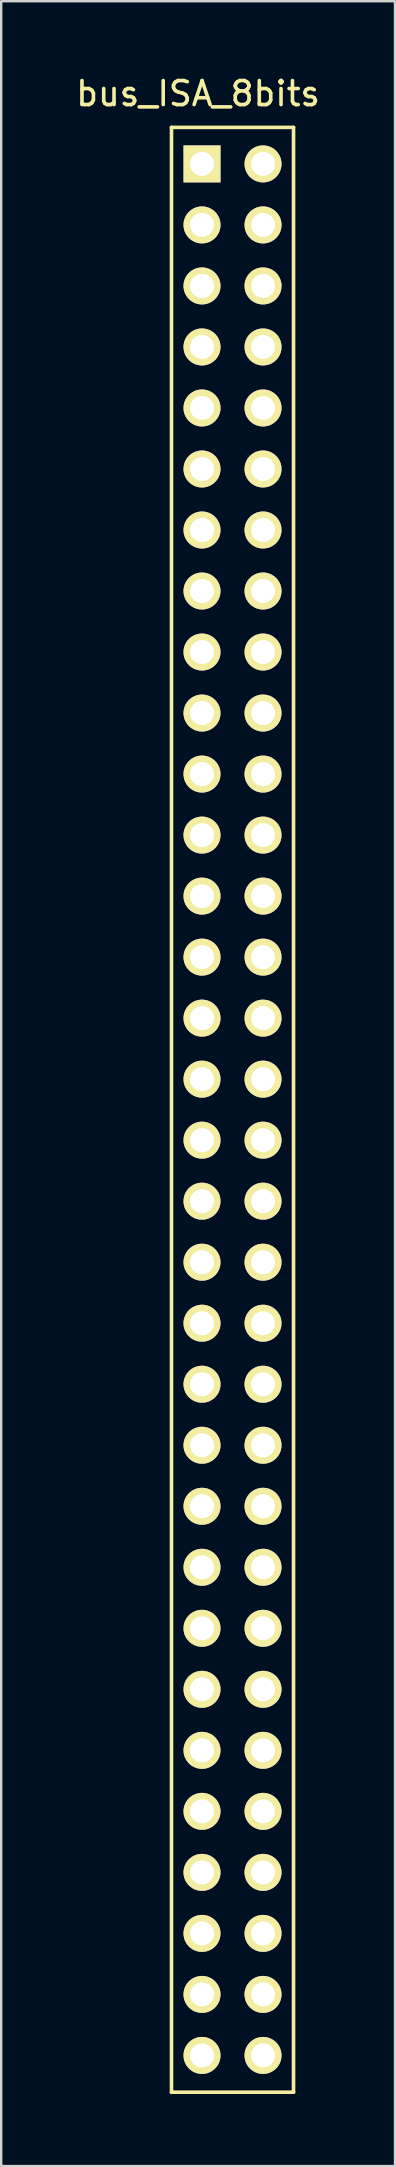
<source format=kicad_pcb>
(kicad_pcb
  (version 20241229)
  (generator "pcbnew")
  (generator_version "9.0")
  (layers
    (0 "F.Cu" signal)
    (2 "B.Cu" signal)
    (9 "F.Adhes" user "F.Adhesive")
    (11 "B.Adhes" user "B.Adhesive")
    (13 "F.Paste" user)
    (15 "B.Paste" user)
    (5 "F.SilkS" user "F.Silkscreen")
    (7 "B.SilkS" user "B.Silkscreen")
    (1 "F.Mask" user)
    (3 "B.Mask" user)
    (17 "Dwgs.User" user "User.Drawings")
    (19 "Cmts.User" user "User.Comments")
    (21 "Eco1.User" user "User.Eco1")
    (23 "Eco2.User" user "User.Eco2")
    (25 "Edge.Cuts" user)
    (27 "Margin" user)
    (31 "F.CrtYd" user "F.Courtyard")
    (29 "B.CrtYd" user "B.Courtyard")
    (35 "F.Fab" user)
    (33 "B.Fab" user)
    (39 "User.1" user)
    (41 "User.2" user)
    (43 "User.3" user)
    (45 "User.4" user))
  (footprint "bus_ISA_8bits"
    (layer "F.Cu")
    (at 6.629 2.253)
    (property "Reference" "bus_ISA_8bits" (at -1.433 -1.405 180) (layer "F.SilkS") (effects (font (size 1 1) (thickness 0.15))))
    (attr through_hole)
    (fp_line (start -2.54 0) (end -2.54 81.79) (stroke (width 0.15) (type solid)) (layer "F.SilkS"))
    (fp_line (start -2.54 0) (end 2.54 0) (stroke (width 0.15) (type solid)) (layer "F.SilkS"))
    (fp_line (start -2.54 81.791) (end 2.54 81.79) (stroke (width 0.15) (type solid)) (layer "F.SilkS"))
    (fp_line (start 2.54 0) (end 2.54 81.79) (stroke (width 0.15) (type solid)) (layer "F.SilkS"))
    (pad "1" thru_hole rect (at -1.27 1.52) (size 1.54 1.54) (drill 1) (layers "*.Cu" "*.Mask" "F.SilkS"))
    (pad "2" thru_hole circle (at 1.27 1.52) (size 1.54 1.54) (drill 1) (layers "*.Cu" "*.Mask" "F.SilkS"))
    (pad "3" thru_hole circle (at -1.27 4.06) (size 1.54 1.54) (drill 1) (layers "*.Cu" "*.Mask" "F.SilkS"))
    (pad "4" thru_hole circle (at 1.27 4.06) (size 1.54 1.54) (drill 1) (layers "*.Cu" "*.Mask" "F.SilkS"))
    (pad "5" thru_hole circle (at -1.27 6.6) (size 1.54 1.54) (drill 1) (layers "*.Cu" "*.Mask" "F.SilkS"))
    (pad "6" thru_hole circle (at 1.27 6.6) (size 1.54 1.54) (drill 1) (layers "*.Cu" "*.Mask" "F.SilkS"))
    (pad "7" thru_hole circle (at -1.27 9.14) (size 1.54 1.54) (drill 1) (layers "*.Cu" "*.Mask" "F.SilkS"))
    (pad "8" thru_hole circle (at 1.27 9.14) (size 1.54 1.54) (drill 1) (layers "*.Cu" "*.Mask" "F.SilkS"))
    (pad "9" thru_hole circle (at -1.27 11.68) (size 1.54 1.54) (drill 1) (layers "*.Cu" "*.Mask" "F.SilkS"))
    (pad "10" thru_hole circle (at 1.27 11.68) (size 1.54 1.54) (drill 1) (layers "*.Cu" "*.Mask" "F.SilkS"))
    (pad "11" thru_hole circle (at -1.27 14.22) (size 1.54 1.54) (drill 1) (layers "*.Cu" "*.Mask" "F.SilkS"))
    (pad "12" thru_hole circle (at 1.27 14.22) (size 1.54 1.54) (drill 1) (layers "*.Cu" "*.Mask" "F.SilkS"))
    (pad "13" thru_hole circle (at -1.27 16.76) (size 1.54 1.54) (drill 1) (layers "*.Cu" "*.Mask" "F.SilkS"))
    (pad "14" thru_hole circle (at 1.27 16.76) (size 1.54 1.54) (drill 1) (layers "*.Cu" "*.Mask" "F.SilkS"))
    (pad "15" thru_hole circle (at -1.27 19.3) (size 1.54 1.54) (drill 1) (layers "*.Cu" "*.Mask" "F.SilkS"))
    (pad "16" thru_hole circle (at 1.27 19.3) (size 1.54 1.54) (drill 1) (layers "*.Cu" "*.Mask" "F.SilkS"))
    (pad "17" thru_hole circle (at -1.27 21.84) (size 1.54 1.54) (drill 1) (layers "*.Cu" "*.Mask" "F.SilkS"))
    (pad "18" thru_hole circle (at 1.27 21.84) (size 1.54 1.54) (drill 1) (layers "*.Cu" "*.Mask" "F.SilkS"))
    (pad "19" thru_hole circle (at -1.27 24.38) (size 1.54 1.54) (drill 1) (layers "*.Cu" "*.Mask" "F.SilkS"))
    (pad "20" thru_hole circle (at 1.27 24.38) (size 1.54 1.54) (drill 1) (layers "*.Cu" "*.Mask" "F.SilkS"))
    (pad "21" thru_hole circle (at -1.27 26.92) (size 1.54 1.54) (drill 1) (layers "*.Cu" "*.Mask" "F.SilkS"))
    (pad "22" thru_hole circle (at 1.27 26.92) (size 1.54 1.54) (drill 1) (layers "*.Cu" "*.Mask" "F.SilkS"))
    (pad "23" thru_hole circle (at -1.27 29.46) (size 1.54 1.54) (drill 1) (layers "*.Cu" "*.Mask" "F.SilkS"))
    (pad "24" thru_hole circle (at 1.27 29.46) (size 1.54 1.54) (drill 1) (layers "*.Cu" "*.Mask" "F.SilkS"))
    (pad "25" thru_hole circle (at -1.27 32) (size 1.54 1.54) (drill 1) (layers "*.Cu" "*.Mask" "F.SilkS"))
    (pad "26" thru_hole circle (at 1.27 32) (size 1.54 1.54) (drill 1) (layers "*.Cu" "*.Mask" "F.SilkS"))
    (pad "27" thru_hole circle (at -1.27 34.54) (size 1.54 1.54) (drill 1) (layers "*.Cu" "*.Mask" "F.SilkS"))
    (pad "28" thru_hole circle (at 1.27 34.54) (size 1.54 1.54) (drill 1) (layers "*.Cu" "*.Mask" "F.SilkS"))
    (pad "29" thru_hole circle (at -1.27 37.08) (size 1.54 1.54) (drill 1) (layers "*.Cu" "*.Mask" "F.SilkS"))
    (pad "30" thru_hole circle (at 1.27 37.08) (size 1.54 1.54) (drill 1) (layers "*.Cu" "*.Mask" "F.SilkS"))
    (pad "31" thru_hole circle (at -1.27 39.62) (size 1.54 1.54) (drill 1) (layers "*.Cu" "*.Mask" "F.SilkS"))
    (pad "32" thru_hole circle (at 1.27 39.62) (size 1.54 1.54) (drill 1) (layers "*.Cu" "*.Mask" "F.SilkS"))
    (pad "33" thru_hole circle (at -1.27 42.16) (size 1.54 1.54) (drill 1) (layers "*.Cu" "*.Mask" "F.SilkS"))
    (pad "34" thru_hole circle (at 1.27 42.16) (size 1.54 1.54) (drill 1) (layers "*.Cu" "*.Mask" "F.SilkS"))
    (pad "35" thru_hole circle (at -1.27 44.7) (size 1.54 1.54) (drill 1) (layers "*.Cu" "*.Mask" "F.SilkS"))
    (pad "36" thru_hole circle (at 1.27 44.7) (size 1.54 1.54) (drill 1) (layers "*.Cu" "*.Mask" "F.SilkS"))
    (pad "37" thru_hole circle (at -1.27 47.24) (size 1.54 1.54) (drill 1) (layers "*.Cu" "*.Mask" "F.SilkS"))
    (pad "38" thru_hole circle (at 1.27 47.24) (size 1.54 1.54) (drill 1) (layers "*.Cu" "*.Mask" "F.SilkS"))
    (pad "39" thru_hole circle (at -1.27 49.78) (size 1.54 1.54) (drill 1) (layers "*.Cu" "*.Mask" "F.SilkS"))
    (pad "40" thru_hole circle (at 1.27 49.78) (size 1.54 1.54) (drill 1) (layers "*.Cu" "*.Mask" "F.SilkS"))
    (pad "41" thru_hole circle (at -1.27 52.32) (size 1.54 1.54) (drill 1) (layers "*.Cu" "*.Mask" "F.SilkS"))
    (pad "42" thru_hole circle (at 1.27 52.32) (size 1.54 1.54) (drill 1) (layers "*.Cu" "*.Mask" "F.SilkS"))
    (pad "43" thru_hole circle (at -1.27 54.86) (size 1.54 1.54) (drill 1) (layers "*.Cu" "*.Mask" "F.SilkS"))
    (pad "44" thru_hole circle (at 1.27 54.86) (size 1.54 1.54) (drill 1) (layers "*.Cu" "*.Mask" "F.SilkS"))
    (pad "45" thru_hole circle (at -1.27 57.4) (size 1.54 1.54) (drill 1) (layers "*.Cu" "*.Mask" "F.SilkS"))
    (pad "46" thru_hole circle (at 1.27 57.4) (size 1.54 1.54) (drill 1) (layers "*.Cu" "*.Mask" "F.SilkS"))
    (pad "47" thru_hole circle (at -1.27 59.94) (size 1.54 1.54) (drill 1) (layers "*.Cu" "*.Mask" "F.SilkS"))
    (pad "48" thru_hole circle (at 1.27 59.94) (size 1.54 1.54) (drill 1) (layers "*.Cu" "*.Mask" "F.SilkS"))
    (pad "49" thru_hole circle (at -1.27 62.48) (size 1.54 1.54) (drill 1) (layers "*.Cu" "*.Mask" "F.SilkS"))
    (pad "50" thru_hole circle (at 1.27 62.48) (size 1.54 1.54) (drill 1) (layers "*.Cu" "*.Mask" "F.SilkS"))
    (pad "51" thru_hole circle (at -1.27 65.02) (size 1.54 1.54) (drill 1) (layers "*.Cu" "*.Mask" "F.SilkS"))
    (pad "52" thru_hole circle (at 1.27 65.02) (size 1.54 1.54) (drill 1) (layers "*.Cu" "*.Mask" "F.SilkS"))
    (pad "53" thru_hole circle (at -1.27 67.56) (size 1.54 1.54) (drill 1) (layers "*.Cu" "*.Mask" "F.SilkS"))
    (pad "54" thru_hole circle (at 1.27 67.56) (size 1.54 1.54) (drill 1) (layers "*.Cu" "*.Mask" "F.SilkS"))
    (pad "55" thru_hole circle (at -1.27 70.1) (size 1.54 1.54) (drill 1) (layers "*.Cu" "*.Mask" "F.SilkS"))
    (pad "56" thru_hole circle (at 1.27 70.1) (size 1.54 1.54) (drill 1) (layers "*.Cu" "*.Mask" "F.SilkS"))
    (pad "57" thru_hole circle (at -1.27 72.64) (size 1.54 1.54) (drill 1) (layers "*.Cu" "*.Mask" "F.SilkS"))
    (pad "58" thru_hole circle (at 1.27 72.64) (size 1.54 1.54) (drill 1) (layers "*.Cu" "*.Mask" "F.SilkS"))
    (pad "59" thru_hole circle (at -1.27 75.18) (size 1.54 1.54) (drill 1) (layers "*.Cu" "*.Mask" "F.SilkS"))
    (pad "60" thru_hole circle (at 1.27 75.18) (size 1.54 1.54) (drill 1) (layers "*.Cu" "*.Mask" "F.SilkS"))
    (pad "61" thru_hole circle (at -1.27 77.72) (size 1.54 1.54) (drill 1) (layers "*.Cu" "*.Mask" "F.SilkS"))
    (pad "62" thru_hole circle (at 1.27 77.72) (size 1.54 1.54) (drill 1) (layers "*.Cu" "*.Mask" "F.SilkS"))
    (pad "63" thru_hole circle (at -1.27 80.26) (size 1.54 1.54) (drill 1) (layers "*.Cu" "*.Mask" "F.SilkS"))
    (pad "64" thru_hole circle (at 1.27 80.26) (size 1.54 1.54) (drill 1) (layers "*.Cu" "*.Mask" "F.SilkS")))
  (gr_rect
    (start -3 -3)
    (end 13.393 87.118)
    (stroke (width 0.1) (type default))
    (fill no)
    (layer "Edge.Cuts")))
</source>
